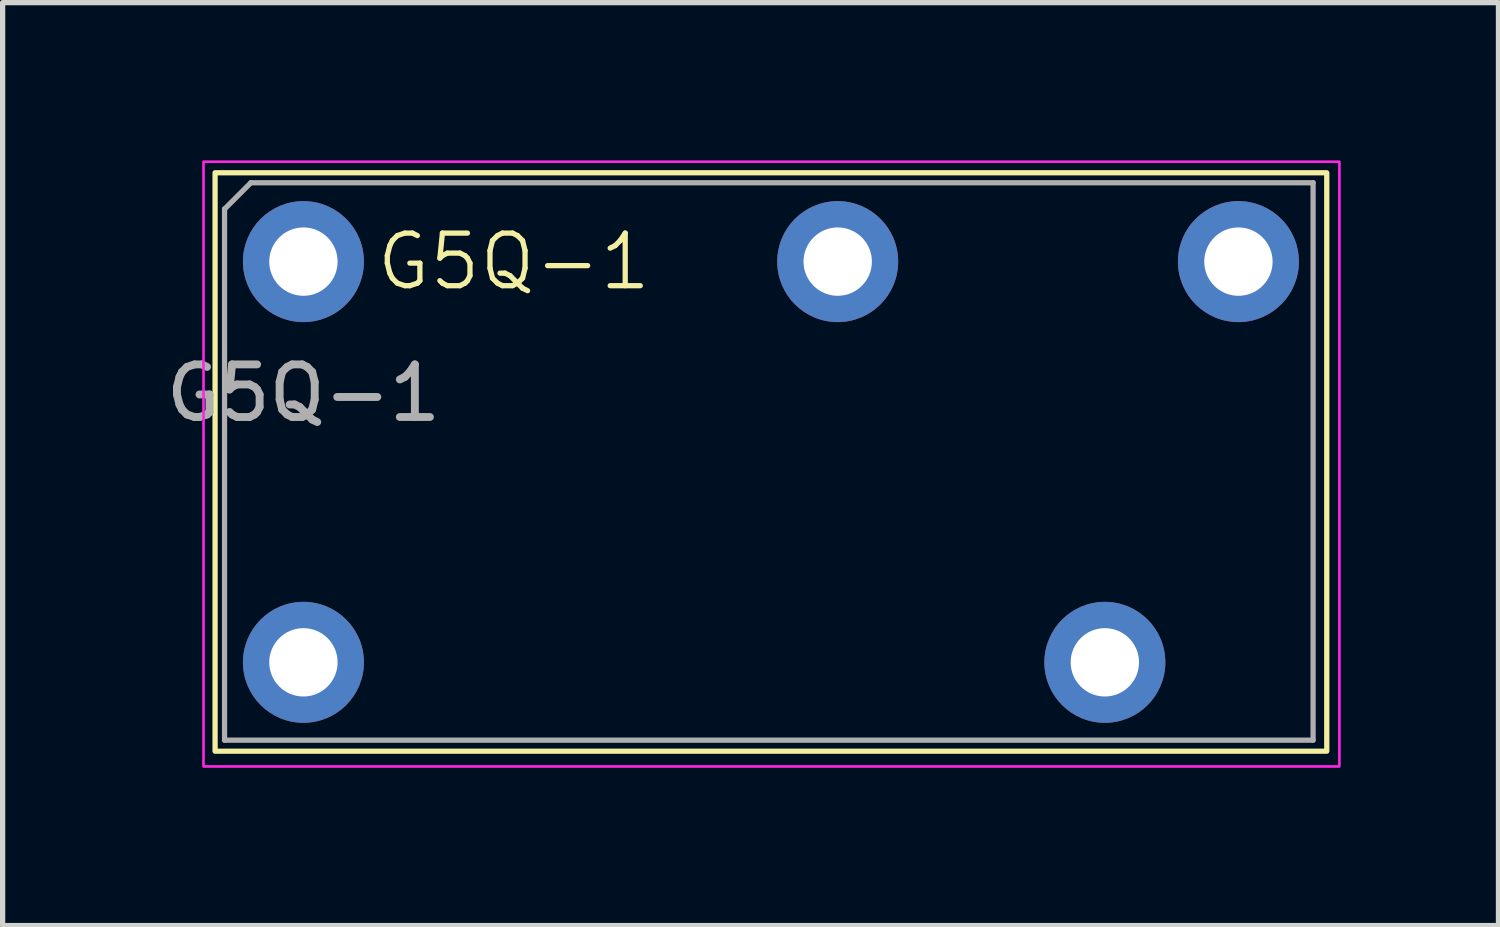
<source format=kicad_pcb>
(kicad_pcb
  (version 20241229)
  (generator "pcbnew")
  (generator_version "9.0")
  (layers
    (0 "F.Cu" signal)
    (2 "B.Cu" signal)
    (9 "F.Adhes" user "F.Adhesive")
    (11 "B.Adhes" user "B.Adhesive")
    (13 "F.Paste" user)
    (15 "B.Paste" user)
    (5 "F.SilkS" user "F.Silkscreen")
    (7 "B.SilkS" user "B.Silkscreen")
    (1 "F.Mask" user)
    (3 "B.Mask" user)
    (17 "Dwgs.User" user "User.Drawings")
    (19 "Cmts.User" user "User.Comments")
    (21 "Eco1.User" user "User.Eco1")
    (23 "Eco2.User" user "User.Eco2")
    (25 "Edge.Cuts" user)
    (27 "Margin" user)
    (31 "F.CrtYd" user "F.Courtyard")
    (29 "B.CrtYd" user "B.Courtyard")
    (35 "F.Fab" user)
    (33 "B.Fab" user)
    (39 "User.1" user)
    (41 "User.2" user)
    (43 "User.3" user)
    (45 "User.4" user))
  (footprint "G5Q-1"
    (layer "F.Cu")
    (at 2.72 1.925)
    (property "Reference" "G5Q-1" (at 4 0 0) (unlocked yes) (layer "F.SilkS") (effects (font (size 1 1) (thickness 0.1))))
    (attr through_hole)
    (fp_rect (start -1.68 -1.69) (end 19.46 9.31) (stroke (width 0.1) (type default)) (fill no) (layer "F.SilkS"))
    (fp_rect (start -1.9 -1.9) (end 19.7 9.6) (stroke (width 0.05) (type default)) (fill no) (layer "F.CrtYd"))
    (fp_line (start -1.5 -1) (end -1.5 9.1) (stroke (width 0.1) (type default)) (layer "F.Fab"))
    (fp_line (start -1.5 9.1) (end 19.2 9.1) (stroke (width 0.1) (type default)) (layer "F.Fab"))
    (fp_line (start -1 -1.5) (end -1.5 -1) (stroke (width 0.1) (type default)) (layer "F.Fab"))
    (fp_line (start 19.2 -1.5) (end -1 -1.5) (stroke (width 0.1) (type default)) (layer "F.Fab"))
    (fp_line (start 19.2 9.1) (end 19.2 -1.5) (stroke (width 0.1) (type default)) (layer "F.Fab"))
    (fp_text user "${REFERENCE}" (at 0 2.5 0) (unlocked yes) (layer "F.Fab") (effects (font (size 1 1) (thickness 0.15))))
    (pad "1" thru_hole circle (at 0 0) (size 2.3 2.3) (drill 1.3) (layers "*.Cu" "*.Mask"))
    (pad "2" thru_hole circle (at 10.16 0) (size 2.3 2.3) (drill 1.3) (layers "*.Cu" "*.Mask"))
    (pad "3" thru_hole circle (at 17.78 0) (size 2.3 2.3) (drill 1.3) (layers "*.Cu" "*.Mask"))
    (pad "4" thru_hole circle (at 15.24 7.62) (size 2.3 2.3) (drill 1.3) (layers "*.Cu" "*.Mask"))
    (pad "5" thru_hole circle (at 0 7.62) (size 2.3 2.3) (drill 1.3) (layers "*.Cu" "*.Mask")))
  (gr_rect
    (start -3 -3)
    (end 25.445 14.55)
    (stroke (width 0.1) (type default))
    (fill no)
    (layer "Edge.Cuts")))
</source>
